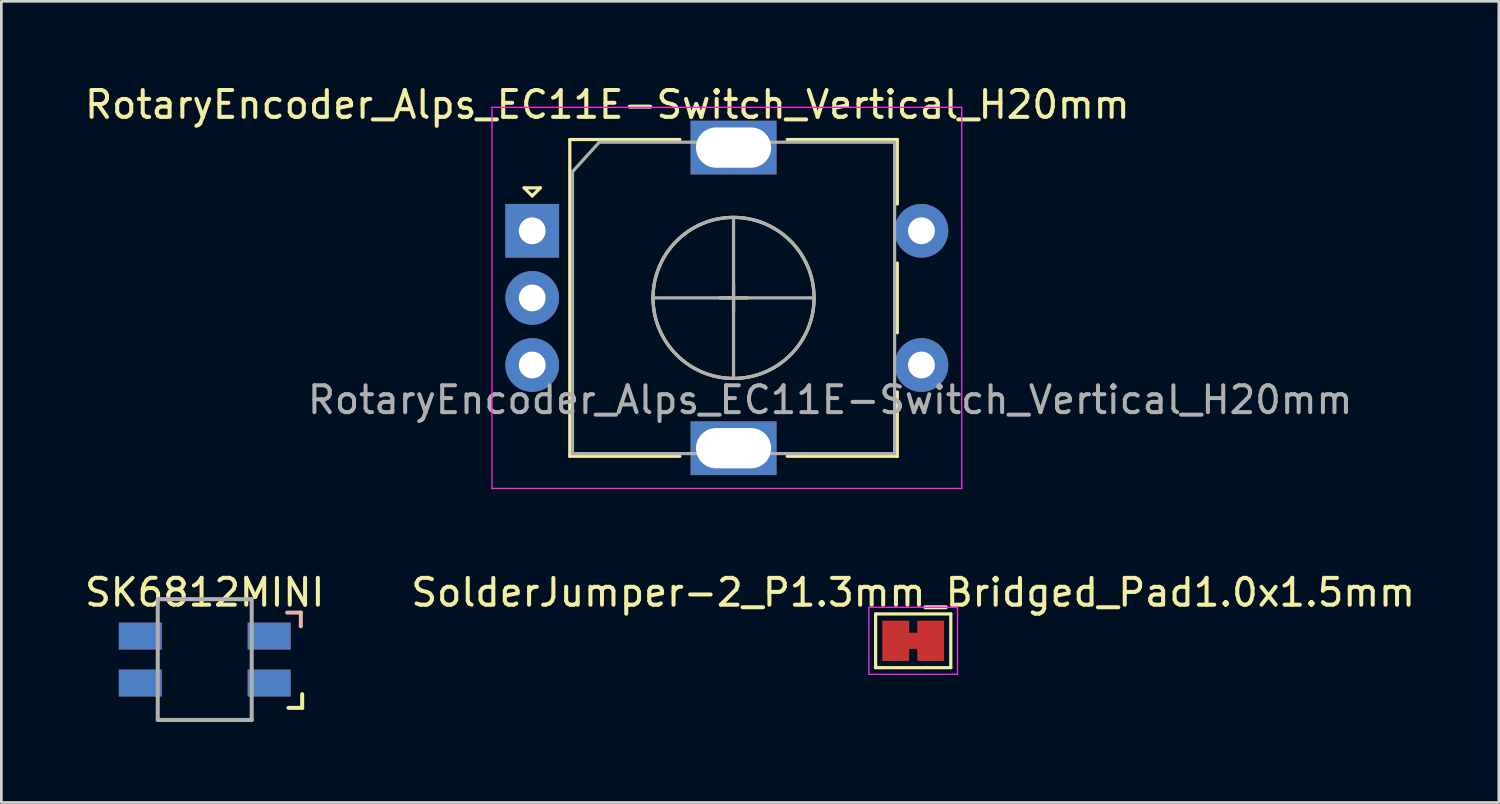
<source format=kicad_pcb>
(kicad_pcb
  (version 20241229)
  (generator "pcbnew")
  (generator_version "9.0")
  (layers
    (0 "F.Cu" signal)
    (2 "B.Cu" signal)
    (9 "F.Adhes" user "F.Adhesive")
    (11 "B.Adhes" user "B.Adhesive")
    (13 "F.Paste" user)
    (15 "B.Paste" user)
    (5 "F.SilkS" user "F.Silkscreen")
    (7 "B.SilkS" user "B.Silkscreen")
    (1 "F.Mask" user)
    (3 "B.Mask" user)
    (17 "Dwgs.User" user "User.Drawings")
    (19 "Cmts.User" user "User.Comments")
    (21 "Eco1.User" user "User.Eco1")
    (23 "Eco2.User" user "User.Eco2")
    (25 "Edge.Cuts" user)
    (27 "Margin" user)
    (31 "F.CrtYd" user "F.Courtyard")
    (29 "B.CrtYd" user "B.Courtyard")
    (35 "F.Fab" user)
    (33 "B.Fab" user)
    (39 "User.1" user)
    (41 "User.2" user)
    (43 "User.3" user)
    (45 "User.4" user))
  (footprint "RotaryEncoder_Alps_EC11E-Switch_Vertical_H20mm"
    (layer "F.Cu")
    (at 24.277 8.048)
    (property "Reference" "RotaryEncoder_Alps_EC11E-Switch_Vertical_H20mm" (at -4.7 -7.2 0) (layer "F.SilkS") (effects (font (size 1 1) (thickness 0.15))))
    (attr through_hole)
    (fp_line (start -7.8 -4.1) (end -7.2 -4.1) (stroke (width 0.12) (type solid)) (layer "F.SilkS"))
    (fp_line (start -7.5 -3.8) (end -7.8 -4.1) (stroke (width 0.12) (type solid)) (layer "F.SilkS"))
    (fp_line (start -7.2 -4.1) (end -7.5 -3.8) (stroke (width 0.12) (type solid)) (layer "F.SilkS"))
    (fp_line (start -6.1 -5.9) (end -6.1 5.9) (stroke (width 0.12) (type solid)) (layer "F.SilkS"))
    (fp_line (start -2 -5.9) (end -6.1 -5.9) (stroke (width 0.12) (type solid)) (layer "F.SilkS"))
    (fp_line (start -2 5.9) (end -6.1 5.9) (stroke (width 0.12) (type solid)) (layer "F.SilkS"))
    (fp_line (start -0.5 0) (end 0.5 0) (stroke (width 0.12) (type solid)) (layer "F.SilkS"))
    (fp_line (start 0 -0.5) (end 0 0.5) (stroke (width 0.12) (type solid)) (layer "F.SilkS"))
    (fp_line (start 2 -5.9) (end 6.1 -5.9) (stroke (width 0.12) (type solid)) (layer "F.SilkS"))
    (fp_line (start 6.1 -5.9) (end 6.1 -3.5) (stroke (width 0.12) (type solid)) (layer "F.SilkS"))
    (fp_line (start 6.1 -1.3) (end 6.1 1.3) (stroke (width 0.12) (type solid)) (layer "F.SilkS"))
    (fp_line (start 6.1 3.5) (end 6.1 5.9) (stroke (width 0.12) (type solid)) (layer "F.SilkS"))
    (fp_line (start 6.1 5.9) (end 2 5.9) (stroke (width 0.12) (type solid)) (layer "F.SilkS"))
    (fp_circle (center 0 0) (end 3 0) (stroke (width 0.12) (type solid)) (fill no) (layer "F.SilkS"))
    (fp_line (start -9 -7.1) (end -9 7.1) (stroke (width 0.05) (type solid)) (layer "F.CrtYd"))
    (fp_line (start -9 -7.1) (end 8.5 -7.1) (stroke (width 0.05) (type solid)) (layer "F.CrtYd"))
    (fp_line (start 8.5 7.1) (end -9 7.1) (stroke (width 0.05) (type solid)) (layer "F.CrtYd"))
    (fp_line (start 8.5 7.1) (end 8.5 -7.1) (stroke (width 0.05) (type solid)) (layer "F.CrtYd"))
    (fp_line (start -6 -4.7) (end -5 -5.8) (stroke (width 0.12) (type solid)) (layer "F.Fab"))
    (fp_line (start -6 5.8) (end -6 -4.7) (stroke (width 0.12) (type solid)) (layer "F.Fab"))
    (fp_line (start -5 -5.8) (end 6 -5.8) (stroke (width 0.12) (type solid)) (layer "F.Fab"))
    (fp_line (start -3 0) (end 3 0) (stroke (width 0.12) (type solid)) (layer "F.Fab"))
    (fp_line (start 0 -3) (end 0 3) (stroke (width 0.12) (type solid)) (layer "F.Fab"))
    (fp_line (start 6 -5.8) (end 6 5.8) (stroke (width 0.12) (type solid)) (layer "F.Fab"))
    (fp_line (start 6 5.8) (end -6 5.8) (stroke (width 0.12) (type solid)) (layer "F.Fab"))
    (fp_circle (center 0 0) (end 3 0) (stroke (width 0.12) (type solid)) (fill no) (layer "F.Fab"))
    (fp_text user "${REFERENCE}" (at 3.6 3.8 0) (layer "F.Fab") (effects (font (size 1 1) (thickness 0.15))))
    (pad "A" thru_hole rect (at -7.5 -2.5) (size 2 2) (drill 1) (layers "*.Cu" "*.Mask"))
    (pad "B" thru_hole circle (at -7.5 2.5) (size 2 2) (drill 1) (layers "*.Cu" "*.Mask"))
    (pad "C" thru_hole circle (at -7.5 0) (size 2 2) (drill 1) (layers "*.Cu" "*.Mask"))
    (pad "MP" thru_hole rect (at 0 -5.6) (size 3.2 2) (drill oval 2.8 1.5) (layers "*.Cu" "*.Mask"))
    (pad "MP" thru_hole rect (at 0 5.6) (size 3.2 2) (drill oval 2.8 1.5) (layers "*.Cu" "*.Mask"))
    (pad "S1" thru_hole circle (at 7 2.5) (size 2 2) (drill 1) (layers "*.Cu" "*.Mask"))
    (pad "S2" thru_hole circle (at 7 -2.5) (size 2 2) (drill 1) (layers "*.Cu" "*.Mask")))
  (footprint "SK6812MINI"
    (layer "F.Cu")
    (at 4.577 21.521)
    (property "Reference" "SK6812MINI" (at 0 -2.5 0) (layer "F.SilkS") (effects (font (size 1 1) (thickness 0.15))))
    (attr exclude_from_pos_files exclude_from_bom)
    (fp_line (start 3.12 1.8) (end 3.63 1.8) (stroke (width 0.15) (type solid)) (layer "F.SilkS"))
    (fp_line (start 3.63 1.29) (end 3.63 1.8) (stroke (width 0.15) (type solid)) (layer "F.SilkS"))
    (fp_line (start 3.07 -1.75) (end 3.58 -1.75) (stroke (width 0.15) (type solid)) (layer "B.SilkS"))
    (fp_line (start 3.58 -1.24) (end 3.58 -1.75) (stroke (width 0.15) (type solid)) (layer "B.SilkS"))
    (fp_line (start -1.75 -2.25) (end -1.75 2.25) (stroke (width 0.15) (type solid)) (layer "F.Fab"))
    (fp_line (start -1.75 -2.25) (end 1.75 -2.25) (stroke (width 0.15) (type solid)) (layer "F.Fab"))
    (fp_line (start 1.75 -2.25) (end 1.75 2.25) (stroke (width 0.15) (type solid)) (layer "F.Fab"))
    (fp_line (start 1.75 2.25) (end -1.75 2.25) (stroke (width 0.15) (type solid)) (layer "F.Fab"))
    (pad "1" smd rect (at -2.4 -0.875) (size 1.6 1) (layers "B.Cu" "B.Mask" "B.Paste"))
    (pad "1" smd rect (at -2.4 0.875) (size 1.6 1) (layers "F.Cu" "F.Mask" "F.Paste"))
    (pad "2" smd rect (at -2.4 -0.875) (size 1.6 1) (layers "F.Cu" "F.Mask" "F.Paste"))
    (pad "2" smd rect (at -2.4 0.875) (size 1.6 1) (layers "B.Cu" "B.Mask" "B.Paste"))
    (pad "3" smd rect (at 2.4 -0.875) (size 1.6 1) (layers "F.Cu" "F.Mask" "F.Paste"))
    (pad "3" smd rect (at 2.4 0.875) (size 1.6 1) (layers "B.Cu" "B.Mask" "B.Paste"))
    (pad "4" smd rect (at 2.4 -0.875) (size 1.6 1) (layers "B.Cu" "B.Mask" "B.Paste"))
    (pad "4" smd rect (at 2.4 0.875) (size 1.6 1) (layers "F.Cu" "F.Mask" "F.Paste")))
  (footprint "SolderJumper-2_P1.3mm_Bridged_Pad1.0x1.5mm"
    (layer "F.Cu")
    (at 30.97 20.822)
    (property "Reference" "SolderJumper-2_P1.3mm_Bridged_Pad1.0x1.5mm" (at 0 -1.8 0) (layer "F.SilkS") (effects (font (size 1 1) (thickness 0.15))))
    (attr exclude_from_pos_files exclude_from_bom)
    (fp_poly (pts (xy -0.25 -0.3) (xy 0.25 -0.3) (xy 0.25 0.3) (xy -0.25 0.3)) (stroke (width 0) (type solid)) (fill yes) (layer "F.Cu"))
    (fp_poly (pts (xy 0.25 0.3) (xy -0.25 0.3) (xy -0.25 -0.3) (xy 0.25 -0.3)) (stroke (width 0) (type solid)) (fill yes) (layer "F.Mask"))
    (fp_line (start -1.4 -1) (end 1.4 -1) (stroke (width 0.12) (type solid)) (layer "F.SilkS"))
    (fp_line (start -1.4 1) (end -1.4 -1) (stroke (width 0.12) (type solid)) (layer "F.SilkS"))
    (fp_line (start 1.4 -1) (end 1.4 1) (stroke (width 0.12) (type solid)) (layer "F.SilkS"))
    (fp_line (start 1.4 1) (end -1.4 1) (stroke (width 0.12) (type solid)) (layer "F.SilkS"))
    (fp_poly (pts (xy 0.25 0.3) (xy -0.25 0.3) (xy -0.25 -0.3) (xy 0.25 -0.3)) (stroke (width 0) (type solid)) (fill yes) (layer "F.Paste"))
    (fp_line (start -1.65 -1.25) (end -1.65 1.25) (stroke (width 0.05) (type solid)) (layer "F.CrtYd"))
    (fp_line (start -1.65 -1.25) (end 1.65 -1.25) (stroke (width 0.05) (type solid)) (layer "F.CrtYd"))
    (fp_line (start 1.65 1.25) (end -1.65 1.25) (stroke (width 0.05) (type solid)) (layer "F.CrtYd"))
    (fp_line (start 1.65 1.25) (end 1.65 -1.25) (stroke (width 0.05) (type solid)) (layer "F.CrtYd"))
    (pad "1" smd rect (at -0.65 0) (size 1 1.5) (layers "F.Cu" "F.Mask" "F.Paste"))
    (pad "2" smd rect (at 0.65 0) (size 1 1.5) (layers "F.Cu" "F.Mask" "F.Paste")))
  (gr_rect
    (start -3 -3)
    (end 52.786 26.846)
    (stroke (width 0.1) (type default))
    (fill no)
    (layer "Edge.Cuts")))
</source>
